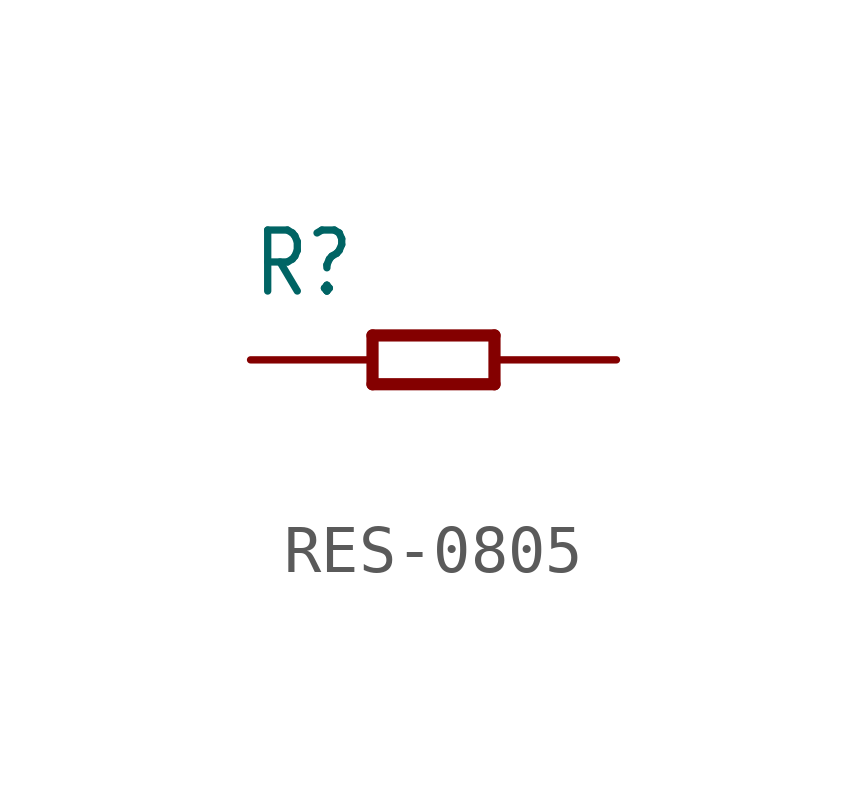
<source format=kicad_sym>
(kicad_symbol_lib
  (version 20220914)
  (generator kicad_symbol_editor)
  (symbol "RES-0805"
    (property "Reference" "R"
      (at -3.81 1.27 0)
      (effects (font (size 1.27 1.079)) (justify left bottom)))
    (property "Value" ""
      (at -3.81 -2.54 0)
      (effects (font (size 1.27 1.079)) (justify left bottom)))
    (property "ki_locked" ""
      (at 0 0 0)
      (effects (font (size 1.27 1.27))))
    (symbol "RES-0805_1_0"
      (polyline (pts (xy -1.27 -0.508) (xy -1.27 0.508)) (stroke (width 0.254) (type solid)) (fill (type none)))
      (polyline (pts (xy -1.27 0.508) (xy 1.27 0.508)) (stroke (width 0.254) (type solid)) (fill (type none)))
      (polyline (pts (xy 1.27 -0.508) (xy -1.27 -0.508)) (stroke (width 0.254) (type solid)) (fill (type none)))
      (polyline (pts (xy 1.27 0.508) (xy 1.27 -0.508)) (stroke (width 0.254) (type solid)) (fill (type none)))
      (pin passive line (at -3.81 0 0) (length 2.54) (name "1" (effects (font (size 0 0)))) (number "1" (effects (font (size 0 0)))))
      (pin passive line (at 3.81 0 180) (length 2.54) (name "2" (effects (font (size 0 0)))) (number "2" (effects (font (size 0 0))))))))
</source>
